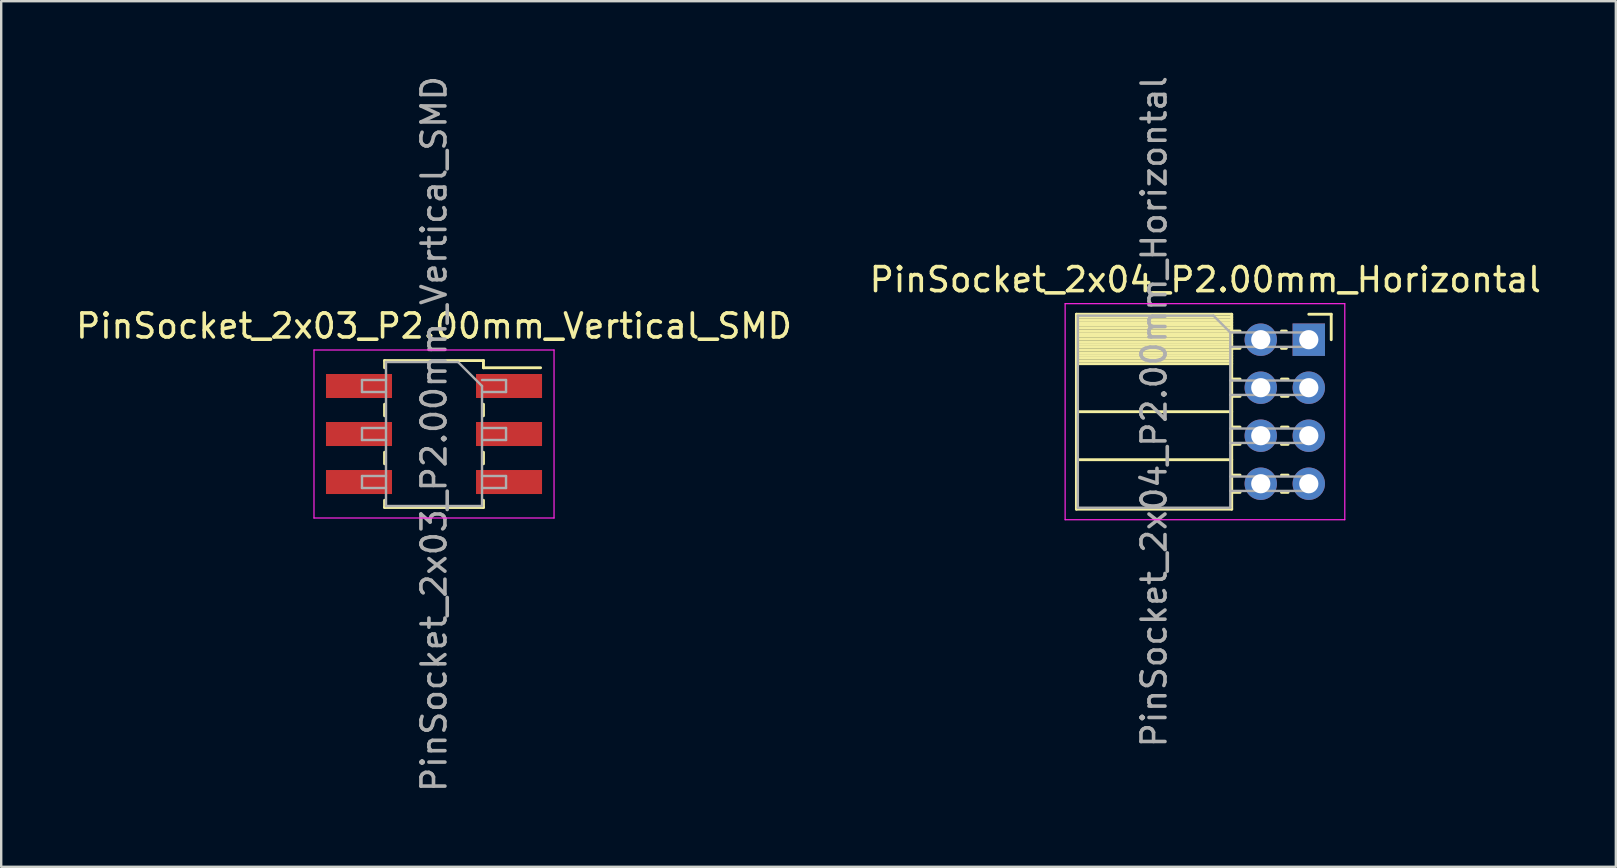
<source format=kicad_pcb>
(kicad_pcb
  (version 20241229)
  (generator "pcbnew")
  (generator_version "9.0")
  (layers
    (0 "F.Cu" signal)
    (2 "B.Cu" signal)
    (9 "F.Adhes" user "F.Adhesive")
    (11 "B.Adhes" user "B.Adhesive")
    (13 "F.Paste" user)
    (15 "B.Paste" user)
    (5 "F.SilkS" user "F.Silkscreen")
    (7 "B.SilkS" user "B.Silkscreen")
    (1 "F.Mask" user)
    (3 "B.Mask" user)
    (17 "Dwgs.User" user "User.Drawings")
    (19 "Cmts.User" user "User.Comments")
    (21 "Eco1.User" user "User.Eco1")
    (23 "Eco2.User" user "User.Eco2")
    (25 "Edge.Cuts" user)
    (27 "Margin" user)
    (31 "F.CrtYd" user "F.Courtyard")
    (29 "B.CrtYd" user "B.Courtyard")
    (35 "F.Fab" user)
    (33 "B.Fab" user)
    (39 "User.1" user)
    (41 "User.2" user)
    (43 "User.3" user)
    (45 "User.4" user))
  (footprint "PinSocket_2x04_P2.00mm_Horizontal"
    (layer "F.Cu")
    (at 51.471 11.101)
    (property "Reference" "PinSocket_2x04_P2.00mm_Horizontal" (at -4.31 -2.5 0) (layer "F.SilkS") (effects (font (size 1 1) (thickness 0.15))))
    (attr through_hole)
    (fp_line (start -9.68 -1.06) (end -9.68 7.06) (stroke (width 0.12) (type solid)) (layer "F.SilkS"))
    (fp_line (start -9.68 -1.06) (end -3.21 -1.06) (stroke (width 0.12) (type solid)) (layer "F.SilkS"))
    (fp_line (start -9.68 -0.94) (end -3.21 -0.94) (stroke (width 0.12) (type solid)) (layer "F.SilkS"))
    (fp_line (start -9.68 -0.826) (end -3.21 -0.826) (stroke (width 0.12) (type solid)) (layer "F.SilkS"))
    (fp_line (start -9.68 -0.712) (end -3.21 -0.712) (stroke (width 0.12) (type solid)) (layer "F.SilkS"))
    (fp_line (start -9.68 -0.598) (end -3.21 -0.598) (stroke (width 0.12) (type solid)) (layer "F.SilkS"))
    (fp_line (start -9.68 -0.484) (end -3.21 -0.484) (stroke (width 0.12) (type solid)) (layer "F.SilkS"))
    (fp_line (start -9.68 -0.369) (end -3.21 -0.369) (stroke (width 0.12) (type solid)) (layer "F.SilkS"))
    (fp_line (start -9.68 -0.255) (end -3.21 -0.255) (stroke (width 0.12) (type solid)) (layer "F.SilkS"))
    (fp_line (start -9.68 -0.141) (end -3.21 -0.141) (stroke (width 0.12) (type solid)) (layer "F.SilkS"))
    (fp_line (start -9.68 -0.027) (end -3.21 -0.027) (stroke (width 0.12) (type solid)) (layer "F.SilkS"))
    (fp_line (start -9.68 0.087) (end -3.21 0.087) (stroke (width 0.12) (type solid)) (layer "F.SilkS"))
    (fp_line (start -9.68 0.201) (end -3.21 0.201) (stroke (width 0.12) (type solid)) (layer "F.SilkS"))
    (fp_line (start -9.68 0.315) (end -3.21 0.315) (stroke (width 0.12) (type solid)) (layer "F.SilkS"))
    (fp_line (start -9.68 0.429) (end -3.21 0.429) (stroke (width 0.12) (type solid)) (layer "F.SilkS"))
    (fp_line (start -9.68 0.544) (end -3.21 0.544) (stroke (width 0.12) (type solid)) (layer "F.SilkS"))
    (fp_line (start -9.68 0.658) (end -3.21 0.658) (stroke (width 0.12) (type solid)) (layer "F.SilkS"))
    (fp_line (start -9.68 0.772) (end -3.21 0.772) (stroke (width 0.12) (type solid)) (layer "F.SilkS"))
    (fp_line (start -9.68 0.886) (end -3.21 0.886) (stroke (width 0.12) (type solid)) (layer "F.SilkS"))
    (fp_line (start -9.68 1) (end -3.21 1) (stroke (width 0.12) (type solid)) (layer "F.SilkS"))
    (fp_line (start -9.68 3) (end -3.21 3) (stroke (width 0.12) (type solid)) (layer "F.SilkS"))
    (fp_line (start -9.68 5) (end -3.21 5) (stroke (width 0.12) (type solid)) (layer "F.SilkS"))
    (fp_line (start -9.68 7.06) (end -3.21 7.06) (stroke (width 0.12) (type solid)) (layer "F.SilkS"))
    (fp_line (start -3.21 -1.06) (end -3.21 7.06) (stroke (width 0.12) (type solid)) (layer "F.SilkS"))
    (fp_line (start -3.21 -0.36) (end -2.863 -0.36) (stroke (width 0.12) (type solid)) (layer "F.SilkS"))
    (fp_line (start -3.21 0.36) (end -2.863 0.36) (stroke (width 0.12) (type solid)) (layer "F.SilkS"))
    (fp_line (start -3.21 1.64) (end -2.863 1.64) (stroke (width 0.12) (type solid)) (layer "F.SilkS"))
    (fp_line (start -3.21 2.36) (end -2.863 2.36) (stroke (width 0.12) (type solid)) (layer "F.SilkS"))
    (fp_line (start -3.21 3.64) (end -2.863 3.64) (stroke (width 0.12) (type solid)) (layer "F.SilkS"))
    (fp_line (start -3.21 4.36) (end -2.863 4.36) (stroke (width 0.12) (type solid)) (layer "F.SilkS"))
    (fp_line (start -3.21 5.64) (end -2.863 5.64) (stroke (width 0.12) (type solid)) (layer "F.SilkS"))
    (fp_line (start -3.21 6.36) (end -2.863 6.36) (stroke (width 0.12) (type solid)) (layer "F.SilkS"))
    (fp_line (start -1.137 -0.36) (end -0.935 -0.36) (stroke (width 0.12) (type solid)) (layer "F.SilkS"))
    (fp_line (start -1.137 0.36) (end -0.935 0.36) (stroke (width 0.12) (type solid)) (layer "F.SilkS"))
    (fp_line (start -1.137 1.64) (end -0.863 1.64) (stroke (width 0.12) (type solid)) (layer "F.SilkS"))
    (fp_line (start -1.137 2.36) (end -0.863 2.36) (stroke (width 0.12) (type solid)) (layer "F.SilkS"))
    (fp_line (start -1.137 3.64) (end -0.863 3.64) (stroke (width 0.12) (type solid)) (layer "F.SilkS"))
    (fp_line (start -1.137 4.36) (end -0.863 4.36) (stroke (width 0.12) (type solid)) (layer "F.SilkS"))
    (fp_line (start -1.137 5.64) (end -0.863 5.64) (stroke (width 0.12) (type solid)) (layer "F.SilkS"))
    (fp_line (start -1.137 6.36) (end -0.863 6.36) (stroke (width 0.12) (type solid)) (layer "F.SilkS"))
    (fp_line (start 0 -1.06) (end 0.935 -1.06) (stroke (width 0.12) (type solid)) (layer "F.SilkS"))
    (fp_line (start 0.935 -1.06) (end 0.935 0) (stroke (width 0.12) (type solid)) (layer "F.SilkS"))
    (fp_line (start -10.15 -1.5) (end -10.15 7.5) (stroke (width 0.05) (type solid)) (layer "F.CrtYd"))
    (fp_line (start -10.15 7.5) (end 1.5 7.5) (stroke (width 0.05) (type solid)) (layer "F.CrtYd"))
    (fp_line (start 1.5 -1.5) (end -10.15 -1.5) (stroke (width 0.05) (type solid)) (layer "F.CrtYd"))
    (fp_line (start 1.5 7.5) (end 1.5 -1.5) (stroke (width 0.05) (type solid)) (layer "F.CrtYd"))
    (fp_line (start -9.62 -1) (end -3.97 -1) (stroke (width 0.1) (type solid)) (layer "F.Fab"))
    (fp_line (start -9.62 7) (end -9.62 -1) (stroke (width 0.1) (type solid)) (layer "F.Fab"))
    (fp_line (start -3.97 -1) (end -3.27 -0.3) (stroke (width 0.1) (type solid)) (layer "F.Fab"))
    (fp_line (start -3.27 -0.3) (end -3.27 7) (stroke (width 0.1) (type solid)) (layer "F.Fab"))
    (fp_line (start -3.27 0.3) (end 0 0.3) (stroke (width 0.1) (type solid)) (layer "F.Fab"))
    (fp_line (start -3.27 2.3) (end 0 2.3) (stroke (width 0.1) (type solid)) (layer "F.Fab"))
    (fp_line (start -3.27 4.3) (end 0 4.3) (stroke (width 0.1) (type solid)) (layer "F.Fab"))
    (fp_line (start -3.27 6.3) (end 0 6.3) (stroke (width 0.1) (type solid)) (layer "F.Fab"))
    (fp_line (start -3.27 7) (end -9.62 7) (stroke (width 0.1) (type solid)) (layer "F.Fab"))
    (fp_line (start 0 -0.3) (end -3.27 -0.3) (stroke (width 0.1) (type solid)) (layer "F.Fab"))
    (fp_line (start 0 0.3) (end 0 -0.3) (stroke (width 0.1) (type solid)) (layer "F.Fab"))
    (fp_line (start 0 1.7) (end -3.27 1.7) (stroke (width 0.1) (type solid)) (layer "F.Fab"))
    (fp_line (start 0 2.3) (end 0 1.7) (stroke (width 0.1) (type solid)) (layer "F.Fab"))
    (fp_line (start 0 3.7) (end -3.27 3.7) (stroke (width 0.1) (type solid)) (layer "F.Fab"))
    (fp_line (start 0 4.3) (end 0 3.7) (stroke (width 0.1) (type solid)) (layer "F.Fab"))
    (fp_line (start 0 5.7) (end -3.27 5.7) (stroke (width 0.1) (type solid)) (layer "F.Fab"))
    (fp_line (start 0 6.3) (end 0 5.7) (stroke (width 0.1) (type solid)) (layer "F.Fab"))
    (fp_text user "${REFERENCE}" (at -6.445 3 90) (layer "F.Fab") (effects (font (size 1 1) (thickness 0.15))))
    (pad "1" thru_hole rect (at 0 0) (size 1.35 1.35) (drill 0.8) (layers "*.Cu" "*.Mask"))
    (pad "2" thru_hole oval (at -2 0) (size 1.35 1.35) (drill 0.8) (layers "*.Cu" "*.Mask"))
    (pad "3" thru_hole oval (at 0 2) (size 1.35 1.35) (drill 0.8) (layers "*.Cu" "*.Mask"))
    (pad "4" thru_hole oval (at -2 2) (size 1.35 1.35) (drill 0.8) (layers "*.Cu" "*.Mask"))
    (pad "5" thru_hole oval (at 0 4) (size 1.35 1.35) (drill 0.8) (layers "*.Cu" "*.Mask"))
    (pad "6" thru_hole oval (at -2 4) (size 1.35 1.35) (drill 0.8) (layers "*.Cu" "*.Mask"))
    (pad "7" thru_hole oval (at 0 6) (size 1.35 1.35) (drill 0.8) (layers "*.Cu" "*.Mask"))
    (pad "8" thru_hole oval (at -2 6) (size 1.35 1.35) (drill 0.8) (layers "*.Cu" "*.Mask")))
  (footprint "PinSocket_2x03_P2.00mm_Vertical_SMD"
    (layer "F.Cu")
    (at 15.03 15.03)
    (property "Reference" "PinSocket_2x03_P2.00mm_Vertical_SMD" (at 0 -4.5 0) (layer "F.SilkS") (effects (font (size 1 1) (thickness 0.15))))
    (attr smd)
    (fp_line (start -2.06 -3.06) (end -2.06 -2.76) (stroke (width 0.12) (type solid)) (layer "F.SilkS"))
    (fp_line (start -2.06 -3.06) (end 2.06 -3.06) (stroke (width 0.12) (type solid)) (layer "F.SilkS"))
    (fp_line (start -2.06 -1.24) (end -2.06 -0.76) (stroke (width 0.12) (type solid)) (layer "F.SilkS"))
    (fp_line (start -2.06 0.76) (end -2.06 1.24) (stroke (width 0.12) (type solid)) (layer "F.SilkS"))
    (fp_line (start -2.06 2.76) (end -2.06 3.06) (stroke (width 0.12) (type solid)) (layer "F.SilkS"))
    (fp_line (start -2.06 3.06) (end 2.06 3.06) (stroke (width 0.12) (type solid)) (layer "F.SilkS"))
    (fp_line (start 2.06 -3.06) (end 2.06 -2.76) (stroke (width 0.12) (type solid)) (layer "F.SilkS"))
    (fp_line (start 2.06 -2.76) (end 4.44 -2.76) (stroke (width 0.12) (type solid)) (layer "F.SilkS"))
    (fp_line (start 2.06 -1.24) (end 2.06 -0.76) (stroke (width 0.12) (type solid)) (layer "F.SilkS"))
    (fp_line (start 2.06 0.76) (end 2.06 1.24) (stroke (width 0.12) (type solid)) (layer "F.SilkS"))
    (fp_line (start 2.06 2.76) (end 2.06 3.06) (stroke (width 0.12) (type solid)) (layer "F.SilkS"))
    (fp_line (start -5 -3.5) (end 5 -3.5) (stroke (width 0.05) (type solid)) (layer "F.CrtYd"))
    (fp_line (start -5 3.5) (end -5 -3.5) (stroke (width 0.05) (type solid)) (layer "F.CrtYd"))
    (fp_line (start 5 -3.5) (end 5 3.5) (stroke (width 0.05) (type solid)) (layer "F.CrtYd"))
    (fp_line (start 5 3.5) (end -5 3.5) (stroke (width 0.05) (type solid)) (layer "F.CrtYd"))
    (fp_line (start -3 -2.25) (end -2 -2.25) (stroke (width 0.1) (type solid)) (layer "F.Fab"))
    (fp_line (start -3 -1.75) (end -3 -2.25) (stroke (width 0.1) (type solid)) (layer "F.Fab"))
    (fp_line (start -3 -0.25) (end -2 -0.25) (stroke (width 0.1) (type solid)) (layer "F.Fab"))
    (fp_line (start -3 0.25) (end -3 -0.25) (stroke (width 0.1) (type solid)) (layer "F.Fab"))
    (fp_line (start -3 1.75) (end -2 1.75) (stroke (width 0.1) (type solid)) (layer "F.Fab"))
    (fp_line (start -3 2.25) (end -3 1.75) (stroke (width 0.1) (type solid)) (layer "F.Fab"))
    (fp_line (start -2 -3) (end 1 -3) (stroke (width 0.1) (type solid)) (layer "F.Fab"))
    (fp_line (start -2 -1.75) (end -3 -1.75) (stroke (width 0.1) (type solid)) (layer "F.Fab"))
    (fp_line (start -2 0.25) (end -3 0.25) (stroke (width 0.1) (type solid)) (layer "F.Fab"))
    (fp_line (start -2 2.25) (end -3 2.25) (stroke (width 0.1) (type solid)) (layer "F.Fab"))
    (fp_line (start -2 3) (end -2 -3) (stroke (width 0.1) (type solid)) (layer "F.Fab"))
    (fp_line (start 1 -3) (end 2 -2) (stroke (width 0.1) (type solid)) (layer "F.Fab"))
    (fp_line (start 2 -2.25) (end 3 -2.25) (stroke (width 0.1) (type solid)) (layer "F.Fab"))
    (fp_line (start 2 -2) (end 2 3) (stroke (width 0.1) (type solid)) (layer "F.Fab"))
    (fp_line (start 2 -0.25) (end 3 -0.25) (stroke (width 0.1) (type solid)) (layer "F.Fab"))
    (fp_line (start 2 1.75) (end 3 1.75) (stroke (width 0.1) (type solid)) (layer "F.Fab"))
    (fp_line (start 2 3) (end -2 3) (stroke (width 0.1) (type solid)) (layer "F.Fab"))
    (fp_line (start 3 -2.25) (end 3 -1.75) (stroke (width 0.1) (type solid)) (layer "F.Fab"))
    (fp_line (start 3 -1.75) (end 2 -1.75) (stroke (width 0.1) (type solid)) (layer "F.Fab"))
    (fp_line (start 3 -0.25) (end 3 0.25) (stroke (width 0.1) (type solid)) (layer "F.Fab"))
    (fp_line (start 3 0.25) (end 2 0.25) (stroke (width 0.1) (type solid)) (layer "F.Fab"))
    (fp_line (start 3 1.75) (end 3 2.25) (stroke (width 0.1) (type solid)) (layer "F.Fab"))
    (fp_line (start 3 2.25) (end 2 2.25) (stroke (width 0.1) (type solid)) (layer "F.Fab"))
    (fp_text user "${REFERENCE}" (at 0 0 90) (layer "F.Fab") (effects (font (size 1 1) (thickness 0.15))))
    (pad "1" smd rect (at 3.125 -2) (size 2.75 1) (layers "F.Cu" "F.Mask" "F.Paste"))
    (pad "2" smd rect (at -3.125 -2) (size 2.75 1) (layers "F.Cu" "F.Mask" "F.Paste"))
    (pad "3" smd rect (at 3.125 0) (size 2.75 1) (layers "F.Cu" "F.Mask" "F.Paste"))
    (pad "4" smd rect (at -3.125 0) (size 2.75 1) (layers "F.Cu" "F.Mask" "F.Paste"))
    (pad "5" smd rect (at 3.125 2) (size 2.75 1) (layers "F.Cu" "F.Mask" "F.Paste"))
    (pad "6" smd rect (at -3.125 2) (size 2.75 1) (layers "F.Cu" "F.Mask" "F.Paste")))
  (gr_rect
    (start -3 -3)
    (end 64.262 33.06)
    (stroke (width 0.1) (type default))
    (fill no)
    (layer "Edge.Cuts")))
</source>
